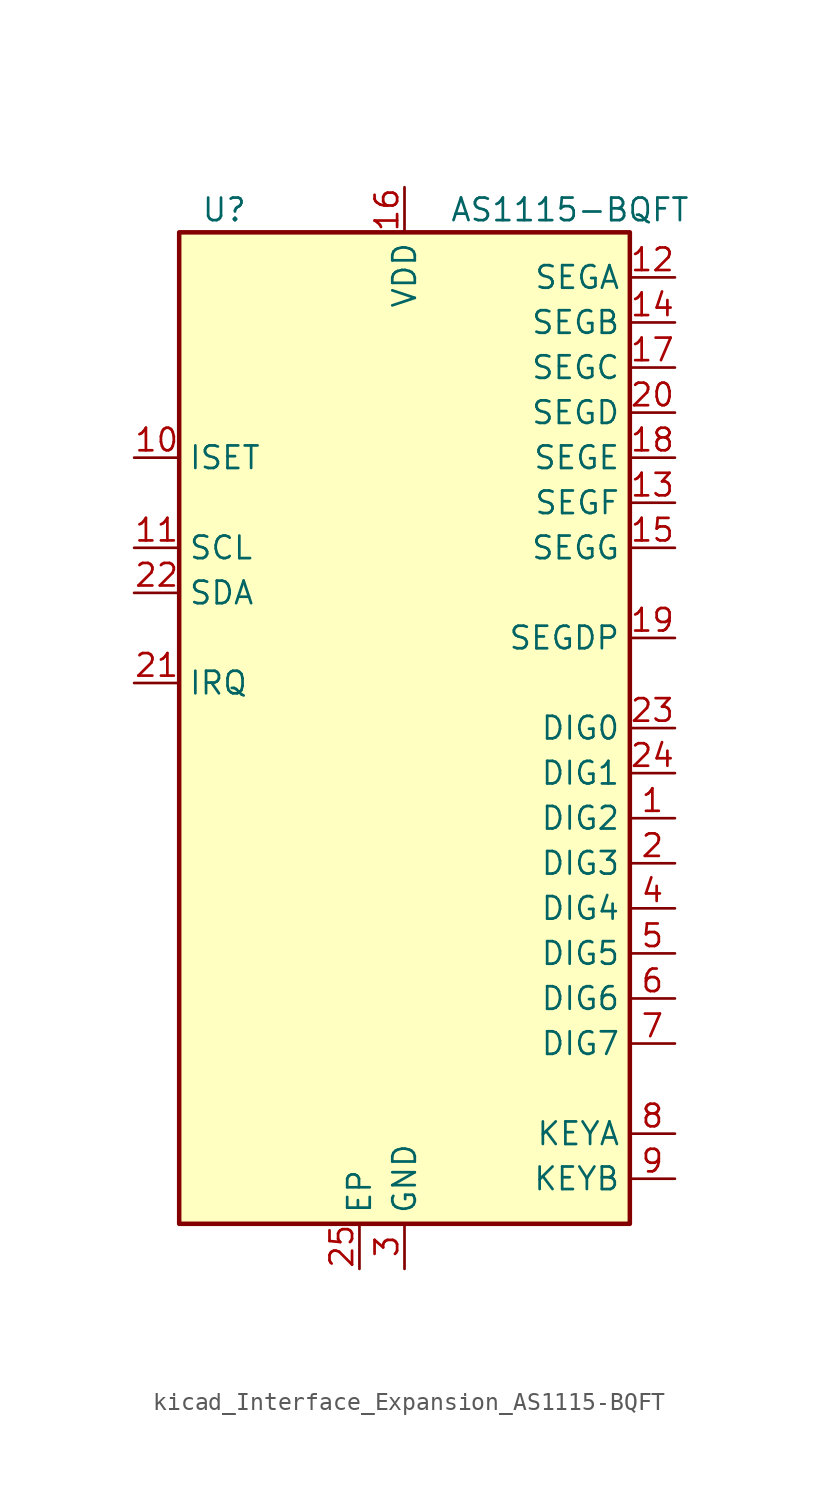
<source format=kicad_sym>
(kicad_symbol_lib
  (version 20220914)
  (generator kicad_symbol_editor)
  (symbol "kicad_Interface_Expansion_AS1115-BQFT"
    (property "Reference" "U"
      (at -10.16 29.21 0)
      (effects (font (size 1.27 1.27))))
    (property "Value" "AS1115-BQFT"
      (at 2.54 29.21 0)
      (effects (font (size 1.27 1.27)) (justify left)))
    (symbol "kicad_Interface_Expansion_AS1115-BQFT_0_1"
      (rectangle (start -12.7 27.94) (end 12.7 -27.94) (stroke (width 0.254) (type default)) (fill (type background))))
    (symbol "kicad_Interface_Expansion_AS1115-BQFT_1_1"
      (pin open_collector line (at 15.24 -5.08 180) (length 2.54) (name "DIG2" (effects (font (size 1.27 1.27)))) (number "1" (effects (font (size 1.27 1.27)))))
      (pin passive line (at -15.24 15.24 0) (length 2.54) (name "ISET" (effects (font (size 1.27 1.27)))) (number "10" (effects (font (size 1.27 1.27)))))
      (pin input line (at -15.24 10.16 0) (length 2.54) (name "SCL" (effects (font (size 1.27 1.27)))) (number "11" (effects (font (size 1.27 1.27)))))
      (pin output line (at 15.24 25.4 180) (length 2.54) (name "SEGA" (effects (font (size 1.27 1.27)))) (number "12" (effects (font (size 1.27 1.27)))))
      (pin output line (at 15.24 12.7 180) (length 2.54) (name "SEGF" (effects (font (size 1.27 1.27)))) (number "13" (effects (font (size 1.27 1.27)))))
      (pin output line (at 15.24 22.86 180) (length 2.54) (name "SEGB" (effects (font (size 1.27 1.27)))) (number "14" (effects (font (size 1.27 1.27)))))
      (pin output line (at 15.24 10.16 180) (length 2.54) (name "SEGG" (effects (font (size 1.27 1.27)))) (number "15" (effects (font (size 1.27 1.27)))))
      (pin power_in line (at 0 30.48 270) (length 2.54) (name "VDD" (effects (font (size 1.27 1.27)))) (number "16" (effects (font (size 1.27 1.27)))))
      (pin output line (at 15.24 20.32 180) (length 2.54) (name "SEGC" (effects (font (size 1.27 1.27)))) (number "17" (effects (font (size 1.27 1.27)))))
      (pin output line (at 15.24 15.24 180) (length 2.54) (name "SEGE" (effects (font (size 1.27 1.27)))) (number "18" (effects (font (size 1.27 1.27)))))
      (pin output line (at 15.24 5.08 180) (length 2.54) (name "SEGDP" (effects (font (size 1.27 1.27)))) (number "19" (effects (font (size 1.27 1.27)))))
      (pin open_collector line (at 15.24 -7.62 180) (length 2.54) (name "DIG3" (effects (font (size 1.27 1.27)))) (number "2" (effects (font (size 1.27 1.27)))))
      (pin output line (at 15.24 17.78 180) (length 2.54) (name "SEGD" (effects (font (size 1.27 1.27)))) (number "20" (effects (font (size 1.27 1.27)))))
      (pin open_collector line (at -15.24 2.54 0) (length 2.54) (name "IRQ" (effects (font (size 1.27 1.27)))) (number "21" (effects (font (size 1.27 1.27)))))
      (pin bidirectional line (at -15.24 7.62 0) (length 2.54) (name "SDA" (effects (font (size 1.27 1.27)))) (number "22" (effects (font (size 1.27 1.27)))))
      (pin open_collector line (at 15.24 0 180) (length 2.54) (name "DIG0" (effects (font (size 1.27 1.27)))) (number "23" (effects (font (size 1.27 1.27)))))
      (pin open_collector line (at 15.24 -2.54 180) (length 2.54) (name "DIG1" (effects (font (size 1.27 1.27)))) (number "24" (effects (font (size 1.27 1.27)))))
      (pin passive line (at -2.54 -30.48 90) (length 2.54) (name "EP" (effects (font (size 1.27 1.27)))) (number "25" (effects (font (size 1.27 1.27)))))
      (pin power_in line (at 0 -30.48 90) (length 2.54) (name "GND" (effects (font (size 1.27 1.27)))) (number "3" (effects (font (size 1.27 1.27)))))
      (pin open_collector line (at 15.24 -10.16 180) (length 2.54) (name "DIG4" (effects (font (size 1.27 1.27)))) (number "4" (effects (font (size 1.27 1.27)))))
      (pin open_collector line (at 15.24 -12.7 180) (length 2.54) (name "DIG5" (effects (font (size 1.27 1.27)))) (number "5" (effects (font (size 1.27 1.27)))))
      (pin open_collector line (at 15.24 -15.24 180) (length 2.54) (name "DIG6" (effects (font (size 1.27 1.27)))) (number "6" (effects (font (size 1.27 1.27)))))
      (pin open_collector line (at 15.24 -17.78 180) (length 2.54) (name "DIG7" (effects (font (size 1.27 1.27)))) (number "7" (effects (font (size 1.27 1.27)))))
      (pin open_collector line (at 15.24 -22.86 180) (length 2.54) (name "KEYA" (effects (font (size 1.27 1.27)))) (number "8" (effects (font (size 1.27 1.27)))))
      (pin open_collector line (at 15.24 -25.4 180) (length 2.54) (name "KEYB" (effects (font (size 1.27 1.27)))) (number "9" (effects (font (size 1.27 1.27))))))))
</source>
